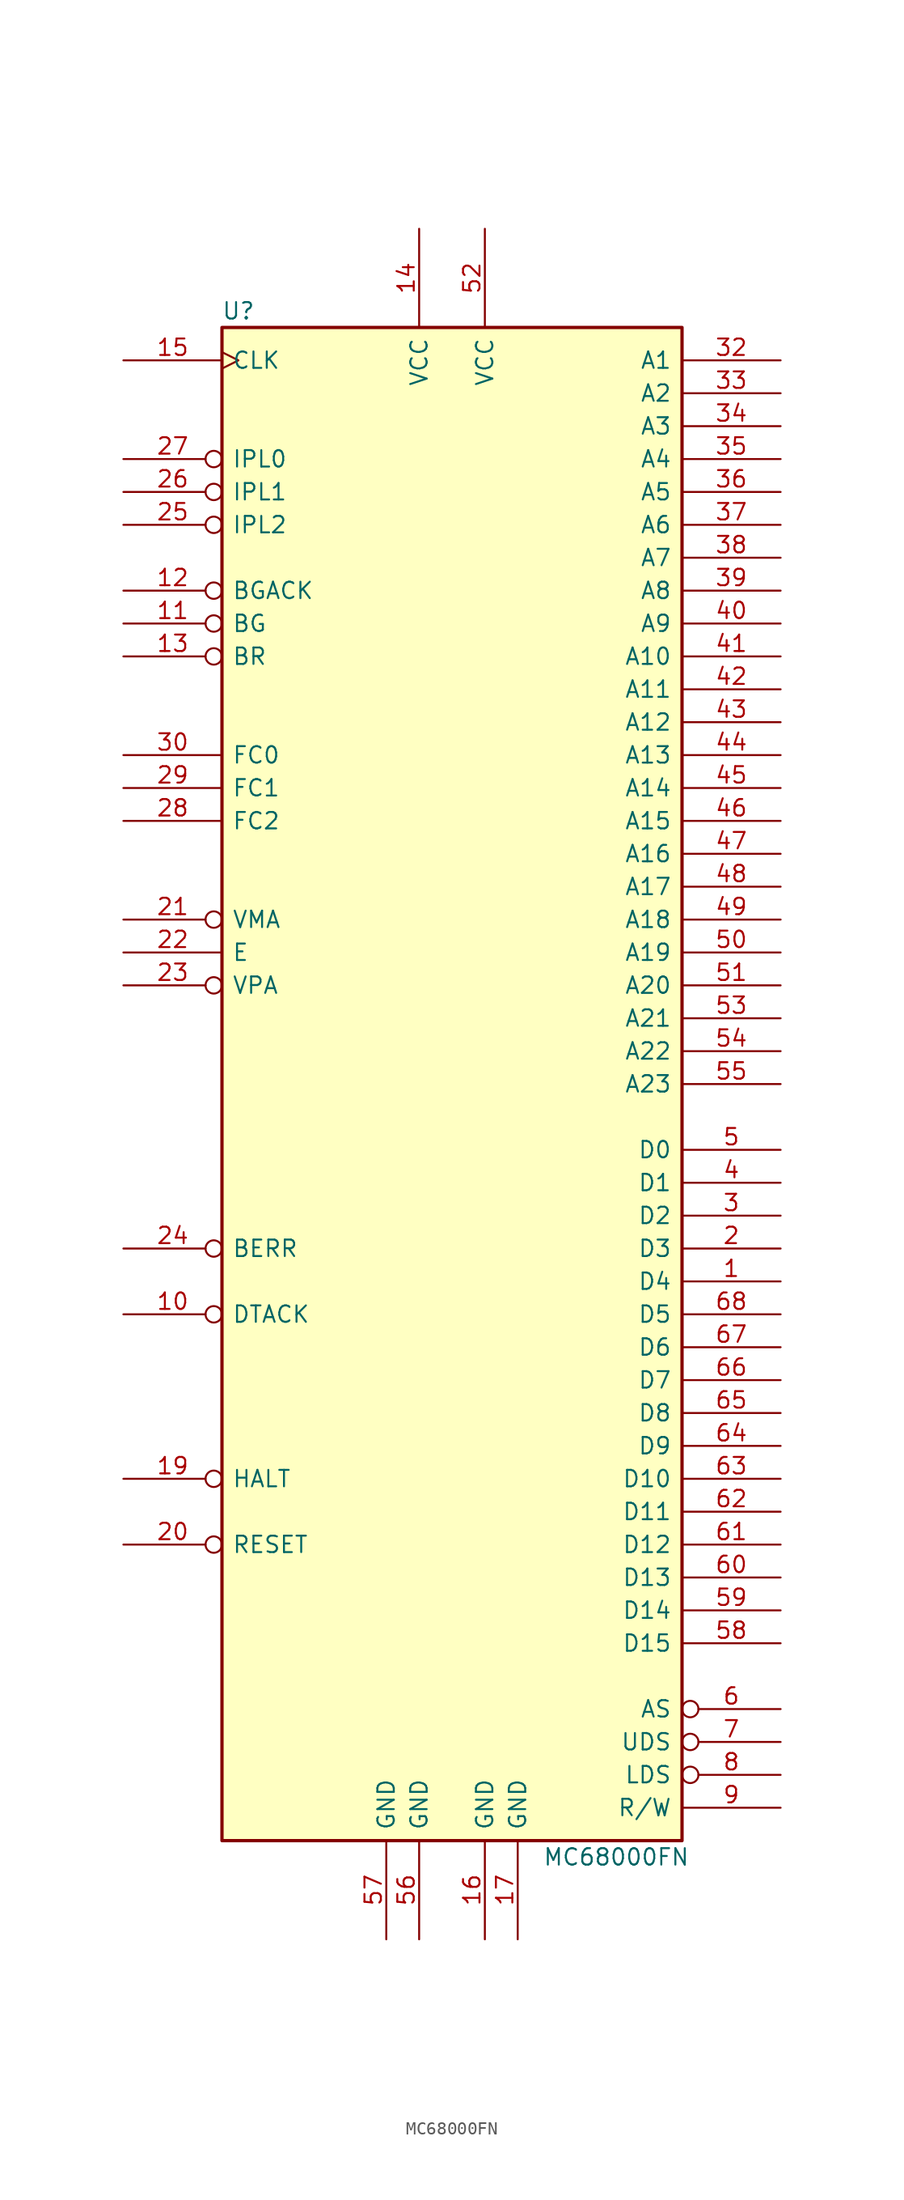
<source format=kicad_sym>
(kicad_symbol_lib
  (version 20211014)
  (generator kicad_symbol_editor)
  (symbol "MC68000FN"
    (pin_names
      (offset 0.762))
    (property "Reference" "U"
      (at -16.51 59.69 0)
      (effects (font (size 1.27 1.27))))
    (property "Value" "MC68000FN"
      (at 12.7 -59.69 0)
      (effects (font (size 1.27 1.27))))
    (symbol "MC68000FN_0_1"
      (rectangle (start -17.78 58.42) (end 17.78 -58.42) (stroke (width 0.254) (type default) (color 0 0 0 0)) (fill (type background))))
    (symbol "MC68000FN_1_1"
      (pin bidirectional line (at 25.4 -15.24 180) (length 7.62) (name "D4" (effects (font (size 1.27 1.27)))) (number "1" (effects (font (size 1.27 1.27)))))
      (pin input inverted (at -25.4 -17.78 0) (length 7.62) (name "DTACK" (effects (font (size 1.27 1.27)))) (number "10" (effects (font (size 1.27 1.27)))))
      (pin output inverted (at -25.4 35.56 0) (length 7.62) (name "BG" (effects (font (size 1.27 1.27)))) (number "11" (effects (font (size 1.27 1.27)))))
      (pin input inverted (at -25.4 38.1 0) (length 7.62) (name "BGACK" (effects (font (size 1.27 1.27)))) (number "12" (effects (font (size 1.27 1.27)))))
      (pin input inverted (at -25.4 33.02 0) (length 7.62) (name "BR" (effects (font (size 1.27 1.27)))) (number "13" (effects (font (size 1.27 1.27)))))
      (pin power_in line (at -2.54 66.04 270) (length 7.62) (name "VCC" (effects (font (size 1.27 1.27)))) (number "14" (effects (font (size 1.27 1.27)))))
      (pin input clock (at -25.4 55.88 0) (length 7.62) (name "CLK" (effects (font (size 1.27 1.27)))) (number "15" (effects (font (size 1.27 1.27)))))
      (pin power_in line (at 2.54 -66.04 90) (length 7.62) (name "GND" (effects (font (size 1.27 1.27)))) (number "16" (effects (font (size 1.27 1.27)))))
      (pin power_in line (at 5.08 -66.04 90) (length 7.62) (name "GND" (effects (font (size 1.27 1.27)))) (number "17" (effects (font (size 1.27 1.27)))))
      (pin no_connect line (at -17.78 -45.72 0) (length 0) hide (name "NC" (effects (font (size 1.27 1.27)))) (number "18" (effects (font (size 1.27 1.27)))))
      (pin bidirectional inverted (at -25.4 -30.48 0) (length 7.62) (name "HALT" (effects (font (size 1.27 1.27)))) (number "19" (effects (font (size 1.27 1.27)))))
      (pin bidirectional line (at 25.4 -12.7 180) (length 7.62) (name "D3" (effects (font (size 1.27 1.27)))) (number "2" (effects (font (size 1.27 1.27)))))
      (pin input inverted (at -25.4 -35.56 0) (length 7.62) (name "RESET" (effects (font (size 1.27 1.27)))) (number "20" (effects (font (size 1.27 1.27)))))
      (pin output inverted (at -25.4 12.7 0) (length 7.62) (name "VMA" (effects (font (size 1.27 1.27)))) (number "21" (effects (font (size 1.27 1.27)))))
      (pin output line (at -25.4 10.16 0) (length 7.62) (name "E" (effects (font (size 1.27 1.27)))) (number "22" (effects (font (size 1.27 1.27)))))
      (pin input inverted (at -25.4 7.62 0) (length 7.62) (name "VPA" (effects (font (size 1.27 1.27)))) (number "23" (effects (font (size 1.27 1.27)))))
      (pin input inverted (at -25.4 -12.7 0) (length 7.62) (name "BERR" (effects (font (size 1.27 1.27)))) (number "24" (effects (font (size 1.27 1.27)))))
      (pin input inverted (at -25.4 43.18 0) (length 7.62) (name "IPL2" (effects (font (size 1.27 1.27)))) (number "25" (effects (font (size 1.27 1.27)))))
      (pin input inverted (at -25.4 45.72 0) (length 7.62) (name "IPL1" (effects (font (size 1.27 1.27)))) (number "26" (effects (font (size 1.27 1.27)))))
      (pin input inverted (at -25.4 48.26 0) (length 7.62) (name "IPL0" (effects (font (size 1.27 1.27)))) (number "27" (effects (font (size 1.27 1.27)))))
      (pin output line (at -25.4 20.32 0) (length 7.62) (name "FC2" (effects (font (size 1.27 1.27)))) (number "28" (effects (font (size 1.27 1.27)))))
      (pin output line (at -25.4 22.86 0) (length 7.62) (name "FC1" (effects (font (size 1.27 1.27)))) (number "29" (effects (font (size 1.27 1.27)))))
      (pin bidirectional line (at 25.4 -10.16 180) (length 7.62) (name "D2" (effects (font (size 1.27 1.27)))) (number "3" (effects (font (size 1.27 1.27)))))
      (pin output line (at -25.4 25.4 0) (length 7.62) (name "FC0" (effects (font (size 1.27 1.27)))) (number "30" (effects (font (size 1.27 1.27)))))
      (pin no_connect line (at -17.78 -48.26 0) (length 0) hide (name "NC" (effects (font (size 1.27 1.27)))) (number "31" (effects (font (size 1.27 1.27)))))
      (pin output line (at 25.4 55.88 180) (length 7.62) (name "A1" (effects (font (size 1.27 1.27)))) (number "32" (effects (font (size 1.27 1.27)))))
      (pin output line (at 25.4 53.34 180) (length 7.62) (name "A2" (effects (font (size 1.27 1.27)))) (number "33" (effects (font (size 1.27 1.27)))))
      (pin output line (at 25.4 50.8 180) (length 7.62) (name "A3" (effects (font (size 1.27 1.27)))) (number "34" (effects (font (size 1.27 1.27)))))
      (pin output line (at 25.4 48.26 180) (length 7.62) (name "A4" (effects (font (size 1.27 1.27)))) (number "35" (effects (font (size 1.27 1.27)))))
      (pin output line (at 25.4 45.72 180) (length 7.62) (name "A5" (effects (font (size 1.27 1.27)))) (number "36" (effects (font (size 1.27 1.27)))))
      (pin output line (at 25.4 43.18 180) (length 7.62) (name "A6" (effects (font (size 1.27 1.27)))) (number "37" (effects (font (size 1.27 1.27)))))
      (pin output line (at 25.4 40.64 180) (length 7.62) (name "A7" (effects (font (size 1.27 1.27)))) (number "38" (effects (font (size 1.27 1.27)))))
      (pin output line (at 25.4 38.1 180) (length 7.62) (name "A8" (effects (font (size 1.27 1.27)))) (number "39" (effects (font (size 1.27 1.27)))))
      (pin bidirectional line (at 25.4 -7.62 180) (length 7.62) (name "D1" (effects (font (size 1.27 1.27)))) (number "4" (effects (font (size 1.27 1.27)))))
      (pin output line (at 25.4 35.56 180) (length 7.62) (name "A9" (effects (font (size 1.27 1.27)))) (number "40" (effects (font (size 1.27 1.27)))))
      (pin output line (at 25.4 33.02 180) (length 7.62) (name "A10" (effects (font (size 1.27 1.27)))) (number "41" (effects (font (size 1.27 1.27)))))
      (pin output line (at 25.4 30.48 180) (length 7.62) (name "A11" (effects (font (size 1.27 1.27)))) (number "42" (effects (font (size 1.27 1.27)))))
      (pin output line (at 25.4 27.94 180) (length 7.62) (name "A12" (effects (font (size 1.27 1.27)))) (number "43" (effects (font (size 1.27 1.27)))))
      (pin output line (at 25.4 25.4 180) (length 7.62) (name "A13" (effects (font (size 1.27 1.27)))) (number "44" (effects (font (size 1.27 1.27)))))
      (pin output line (at 25.4 22.86 180) (length 7.62) (name "A14" (effects (font (size 1.27 1.27)))) (number "45" (effects (font (size 1.27 1.27)))))
      (pin output line (at 25.4 20.32 180) (length 7.62) (name "A15" (effects (font (size 1.27 1.27)))) (number "46" (effects (font (size 1.27 1.27)))))
      (pin output line (at 25.4 17.78 180) (length 7.62) (name "A16" (effects (font (size 1.27 1.27)))) (number "47" (effects (font (size 1.27 1.27)))))
      (pin output line (at 25.4 15.24 180) (length 7.62) (name "A17" (effects (font (size 1.27 1.27)))) (number "48" (effects (font (size 1.27 1.27)))))
      (pin output line (at 25.4 12.7 180) (length 7.62) (name "A18" (effects (font (size 1.27 1.27)))) (number "49" (effects (font (size 1.27 1.27)))))
      (pin bidirectional line (at 25.4 -5.08 180) (length 7.62) (name "D0" (effects (font (size 1.27 1.27)))) (number "5" (effects (font (size 1.27 1.27)))))
      (pin output line (at 25.4 10.16 180) (length 7.62) (name "A19" (effects (font (size 1.27 1.27)))) (number "50" (effects (font (size 1.27 1.27)))))
      (pin output line (at 25.4 7.62 180) (length 7.62) (name "A20" (effects (font (size 1.27 1.27)))) (number "51" (effects (font (size 1.27 1.27)))))
      (pin power_in line (at 2.54 66.04 270) (length 7.62) (name "VCC" (effects (font (size 1.27 1.27)))) (number "52" (effects (font (size 1.27 1.27)))))
      (pin output line (at 25.4 5.08 180) (length 7.62) (name "A21" (effects (font (size 1.27 1.27)))) (number "53" (effects (font (size 1.27 1.27)))))
      (pin output line (at 25.4 2.54 180) (length 7.62) (name "A22" (effects (font (size 1.27 1.27)))) (number "54" (effects (font (size 1.27 1.27)))))
      (pin output line (at 25.4 0 180) (length 7.62) (name "A23" (effects (font (size 1.27 1.27)))) (number "55" (effects (font (size 1.27 1.27)))))
      (pin power_in line (at -2.54 -66.04 90) (length 7.62) (name "GND" (effects (font (size 1.27 1.27)))) (number "56" (effects (font (size 1.27 1.27)))))
      (pin power_in line (at -5.08 -66.04 90) (length 7.62) (name "GND" (effects (font (size 1.27 1.27)))) (number "57" (effects (font (size 1.27 1.27)))))
      (pin bidirectional line (at 25.4 -43.18 180) (length 7.62) (name "D15" (effects (font (size 1.27 1.27)))) (number "58" (effects (font (size 1.27 1.27)))))
      (pin bidirectional line (at 25.4 -40.64 180) (length 7.62) (name "D14" (effects (font (size 1.27 1.27)))) (number "59" (effects (font (size 1.27 1.27)))))
      (pin output inverted (at 25.4 -48.26 180) (length 7.62) (name "AS" (effects (font (size 1.27 1.27)))) (number "6" (effects (font (size 1.27 1.27)))))
      (pin bidirectional line (at 25.4 -38.1 180) (length 7.62) (name "D13" (effects (font (size 1.27 1.27)))) (number "60" (effects (font (size 1.27 1.27)))))
      (pin bidirectional line (at 25.4 -35.56 180) (length 7.62) (name "D12" (effects (font (size 1.27 1.27)))) (number "61" (effects (font (size 1.27 1.27)))))
      (pin bidirectional line (at 25.4 -33.02 180) (length 7.62) (name "D11" (effects (font (size 1.27 1.27)))) (number "62" (effects (font (size 1.27 1.27)))))
      (pin bidirectional line (at 25.4 -30.48 180) (length 7.62) (name "D10" (effects (font (size 1.27 1.27)))) (number "63" (effects (font (size 1.27 1.27)))))
      (pin bidirectional line (at 25.4 -27.94 180) (length 7.62) (name "D9" (effects (font (size 1.27 1.27)))) (number "64" (effects (font (size 1.27 1.27)))))
      (pin bidirectional line (at 25.4 -25.4 180) (length 7.62) (name "D8" (effects (font (size 1.27 1.27)))) (number "65" (effects (font (size 1.27 1.27)))))
      (pin bidirectional line (at 25.4 -22.86 180) (length 7.62) (name "D7" (effects (font (size 1.27 1.27)))) (number "66" (effects (font (size 1.27 1.27)))))
      (pin bidirectional line (at 25.4 -20.32 180) (length 7.62) (name "D6" (effects (font (size 1.27 1.27)))) (number "67" (effects (font (size 1.27 1.27)))))
      (pin bidirectional line (at 25.4 -17.78 180) (length 7.62) (name "D5" (effects (font (size 1.27 1.27)))) (number "68" (effects (font (size 1.27 1.27)))))
      (pin output inverted (at 25.4 -50.8 180) (length 7.62) (name "UDS" (effects (font (size 1.27 1.27)))) (number "7" (effects (font (size 1.27 1.27)))))
      (pin output inverted (at 25.4 -53.34 180) (length 7.62) (name "LDS" (effects (font (size 1.27 1.27)))) (number "8" (effects (font (size 1.27 1.27)))))
      (pin output line (at 25.4 -55.88 180) (length 7.62) (name "R/W" (effects (font (size 1.27 1.27)))) (number "9" (effects (font (size 1.27 1.27))))))))
</source>
